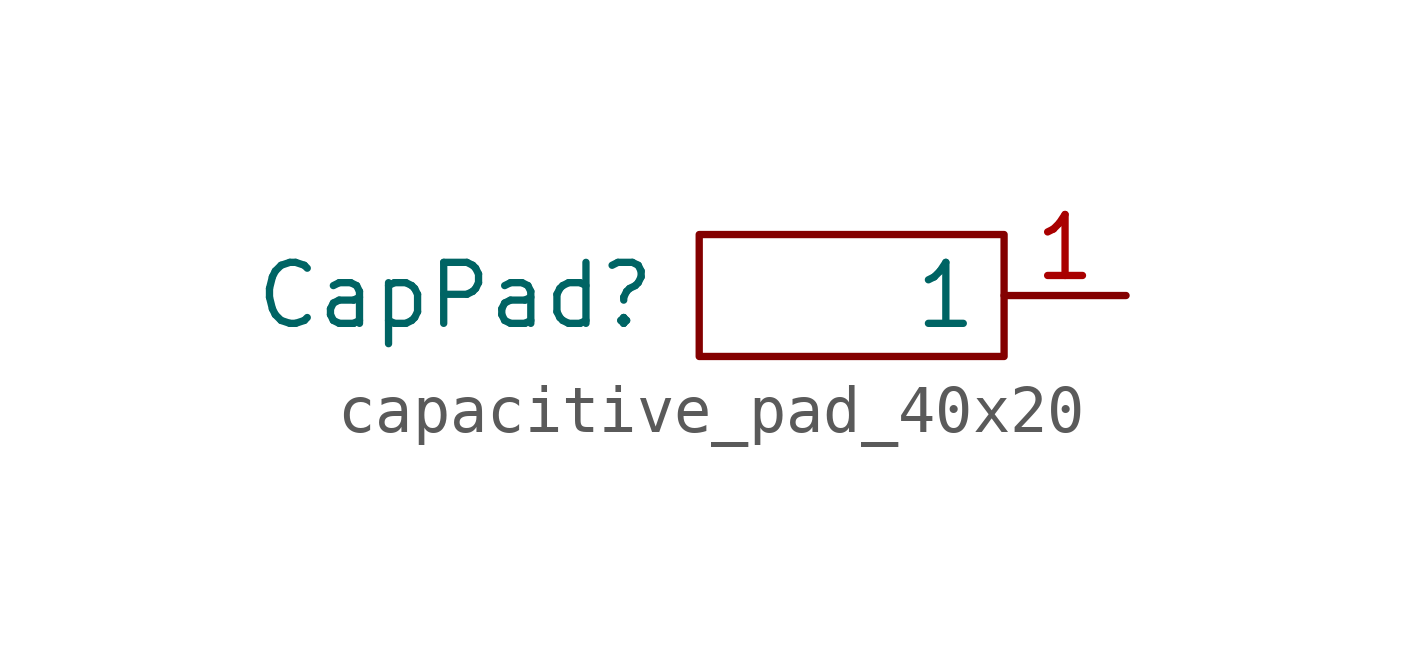
<source format=kicad_sym>
(kicad_symbol_lib
  (version 20220914)
  (generator kicad_symbol_editor)
  (symbol "capacitive_pad_40x20"
    (property "Reference" "CapPad"
      (at -3.81 -1.27 0)
      (effects (font (size 1.27 1.27))))
    (property "Value" ""
      (at 0 0 0)
      (effects (font (size 1.27 1.27))))
    (symbol "capacitive_pad_40x20_0_1"
      (rectangle (start 1.27 0) (end 7.62 -2.54) (stroke (width 0) (type default)) (fill (type none))))
    (symbol "capacitive_pad_40x20_1_1"
      (pin output line (at 10.16 -1.27 180) (length 2.54) (name "1" (effects (font (size 1.27 1.27)))) (number "1" (effects (font (size 1.27 1.27))))))))
</source>
